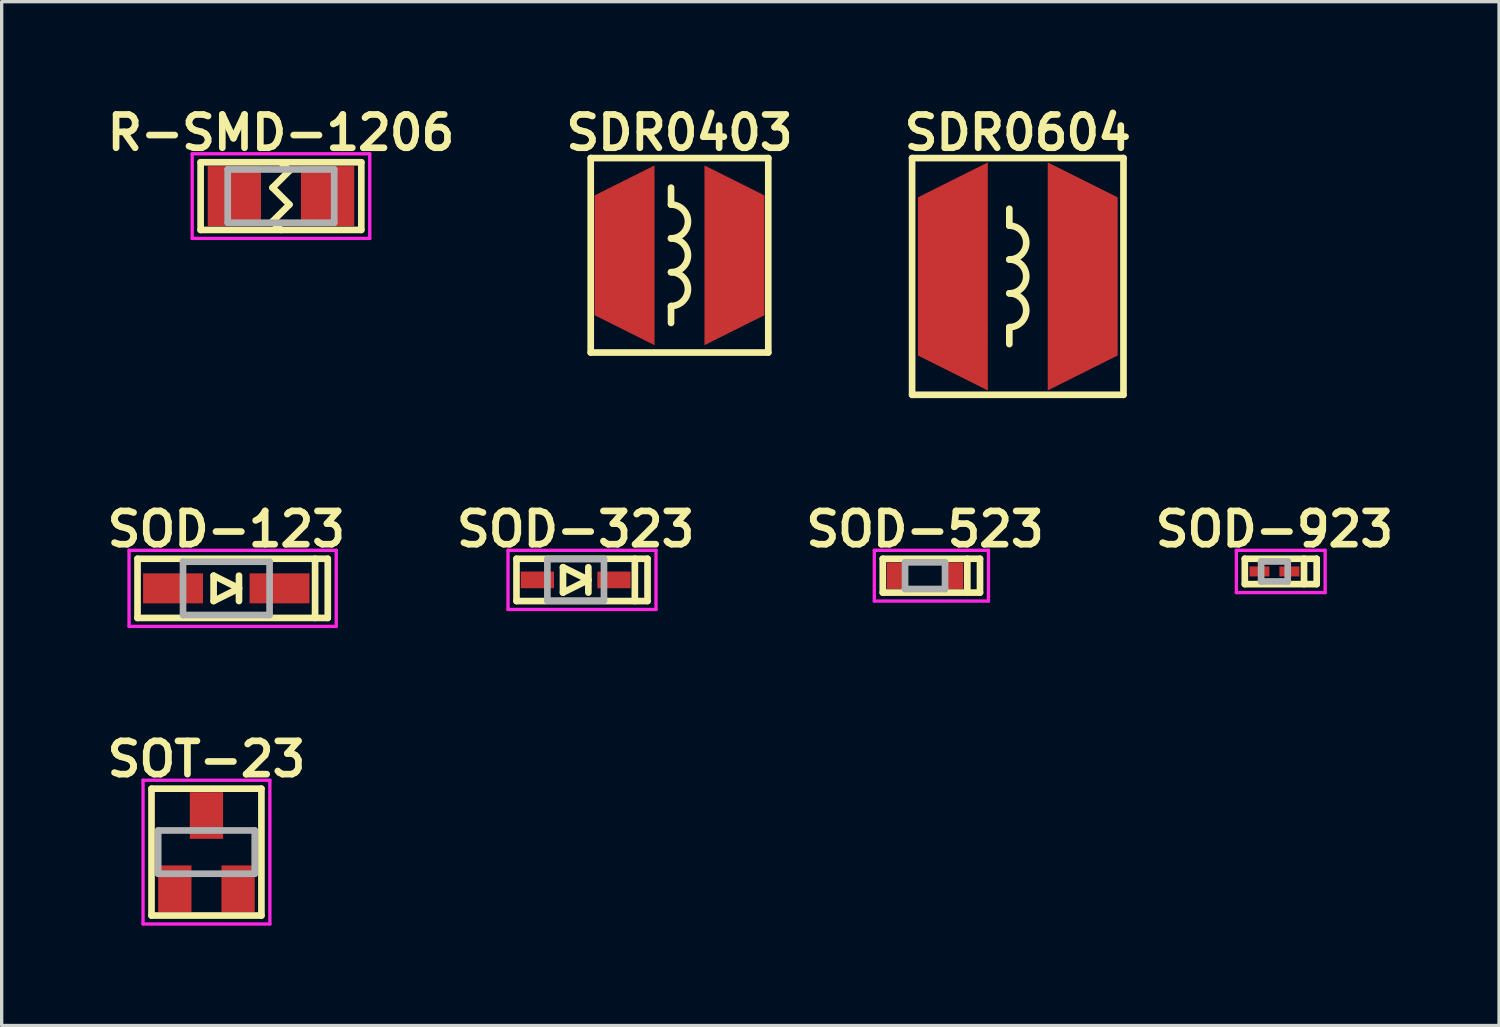
<source format=kicad_pcb>
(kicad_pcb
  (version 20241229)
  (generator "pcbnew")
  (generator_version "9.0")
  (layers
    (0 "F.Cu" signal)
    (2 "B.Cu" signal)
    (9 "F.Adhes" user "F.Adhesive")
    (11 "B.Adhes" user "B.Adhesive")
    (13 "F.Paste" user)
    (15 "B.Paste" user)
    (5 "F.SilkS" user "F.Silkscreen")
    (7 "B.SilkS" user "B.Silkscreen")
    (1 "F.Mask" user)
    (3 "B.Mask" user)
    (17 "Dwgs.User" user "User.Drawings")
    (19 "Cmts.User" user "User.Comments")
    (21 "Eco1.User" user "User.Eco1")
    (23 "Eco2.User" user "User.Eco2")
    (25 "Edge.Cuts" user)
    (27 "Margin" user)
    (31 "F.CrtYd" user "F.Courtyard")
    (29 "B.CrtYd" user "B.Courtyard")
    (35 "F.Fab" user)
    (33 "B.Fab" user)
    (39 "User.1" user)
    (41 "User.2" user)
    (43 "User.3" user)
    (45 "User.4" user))
  (footprint "SDR0403"
    (layer "F.Cu")
    (at 17.362 4.619)
    (property "Reference" "SDR0403" (at 0 -3.683 0) (layer "F.SilkS") (effects (font (size 1 1) (thickness 0.2))))
    (attr through_hole)
    (fp_line (start -2.667 -2.921) (end -2.667 2.921) (stroke (width 0.2) (type solid)) (layer "F.SilkS"))
    (fp_line (start -2.667 -2.921) (end 2.667 -2.921) (stroke (width 0.2) (type solid)) (layer "F.SilkS"))
    (fp_line (start -2.667 2.921) (end 2.667 2.921) (stroke (width 0.2) (type solid)) (layer "F.SilkS"))
    (fp_line (start -0.254 -1.524) (end -0.254 -2.032) (stroke (width 0.2) (type solid)) (layer "F.SilkS"))
    (fp_line (start -0.254 1.524) (end -0.254 2.032) (stroke (width 0.2) (type solid)) (layer "F.SilkS"))
    (fp_line (start 2.667 -2.921) (end 2.667 2.921) (stroke (width 0.2) (type solid)) (layer "F.SilkS"))
    (fp_arc (start -0.254 -1.524) (mid 0.254 -1.016) (end -0.254 -0.508) (stroke (width 0.2) (type solid)) (layer "F.SilkS"))
    (fp_arc (start -0.254 -0.508) (mid 0.254 0) (end -0.254 0.508) (stroke (width 0.2) (type solid)) (layer "F.SilkS"))
    (fp_arc (start -0.254 0.508) (mid 0.254 1.016) (end -0.254 1.524) (stroke (width 0.2) (type solid)) (layer "F.SilkS"))
    (pad "1" smd trapezoid (at -1.65 0) (size 1.8 4.5) (rect_delta -0.9 0) (layers "F.Cu" "F.Mask" "F.Paste"))
    (pad "2" smd trapezoid (at 1.65 0) (size 1.8 4.5) (rect_delta 0.9 0) (layers "F.Cu" "F.Mask" "F.Paste")))
  (footprint "SOD-523"
    (layer "F.Cu")
    (at 24.738 14.243)
    (property "Reference" "SOD-523" (at 0 -1.397 0) (layer "F.SilkS") (effects (font (size 1 1) (thickness 0.2))))
    (attr through_hole)
    (fp_line (start -1.27 -0.508) (end -1.27 0.508) (stroke (width 0.2) (type solid)) (layer "F.SilkS"))
    (fp_line (start -1.27 -0.508) (end 1.651 -0.508) (stroke (width 0.2) (type solid)) (layer "F.SilkS"))
    (fp_line (start -1.27 0.508) (end 1.651 0.508) (stroke (width 0.2) (type solid)) (layer "F.SilkS"))
    (fp_line (start 1.27 -0.508) (end 1.27 0.508) (stroke (width 0.2) (type solid)) (layer "F.SilkS"))
    (fp_line (start 1.651 -0.508) (end 1.651 0.508) (stroke (width 0.2) (type solid)) (layer "F.SilkS"))
    (fp_line (start -1.524 -0.762) (end -1.524 0.762) (stroke (width 0.1) (type solid)) (layer "F.CrtYd"))
    (fp_line (start -1.524 -0.762) (end 1.905 -0.762) (stroke (width 0.1) (type solid)) (layer "F.CrtYd"))
    (fp_line (start -1.524 0.762) (end 1.905 0.762) (stroke (width 0.1) (type solid)) (layer "F.CrtYd"))
    (fp_line (start 1.905 -0.762) (end 1.905 0.762) (stroke (width 0.1) (type solid)) (layer "F.CrtYd"))
    (fp_line (start -0.6 -0.4) (end -0.6 0.4) (stroke (width 0.2) (type solid)) (layer "F.Fab"))
    (fp_line (start -0.6 -0.4) (end 0.6 -0.4) (stroke (width 0.2) (type solid)) (layer "F.Fab"))
    (fp_line (start -0.6 0.4) (end 0.6 0.4) (stroke (width 0.2) (type solid)) (layer "F.Fab"))
    (fp_line (start 0.6 -0.4) (end 0.6 0.4) (stroke (width 0.2) (type solid)) (layer "F.Fab"))
    (pad "A" smd rect (at -0.85 0) (size 0.6 0.8) (layers "F.Cu" "F.Mask" "F.Paste"))
    (pad "C" smd rect (at 0.85 0) (size 0.6 0.8) (layers "F.Cu" "F.Mask" "F.Paste")))
  (footprint "SDR0604"
    (layer "F.Cu")
    (at 27.524 5.254)
    (property "Reference" "SDR0604" (at 0 -4.318 0) (layer "F.SilkS") (effects (font (size 1 1) (thickness 0.2))))
    (attr through_hole)
    (fp_line (start -3.175 -3.556) (end -3.175 3.556) (stroke (width 0.2) (type solid)) (layer "F.SilkS"))
    (fp_line (start -3.175 -3.556) (end 3.175 -3.556) (stroke (width 0.2) (type solid)) (layer "F.SilkS"))
    (fp_line (start -3.175 3.556) (end 3.175 3.556) (stroke (width 0.2) (type solid)) (layer "F.SilkS"))
    (fp_line (start -0.254 -1.524) (end -0.254 -2.032) (stroke (width 0.2) (type solid)) (layer "F.SilkS"))
    (fp_line (start -0.254 2.032) (end -0.254 1.524) (stroke (width 0.2) (type solid)) (layer "F.SilkS"))
    (fp_line (start 3.175 -3.556) (end 3.175 3.556) (stroke (width 0.2) (type solid)) (layer "F.SilkS"))
    (fp_arc (start -0.254 -1.524) (mid 0.254 -1.016) (end -0.254 -0.508) (stroke (width 0.2) (type solid)) (layer "F.SilkS"))
    (fp_arc (start -0.254 -0.508) (mid 0.254 0) (end -0.254 0.508) (stroke (width 0.2) (type solid)) (layer "F.SilkS"))
    (fp_arc (start -0.254 0.508) (mid 0.254 1.016) (end -0.254 1.524) (stroke (width 0.2) (type solid)) (layer "F.SilkS"))
    (pad "1" smd trapezoid (at -1.95 0) (size 2.1 5.8) (rect_delta -1.05 0) (layers "F.Cu" "F.Mask" "F.Paste"))
    (pad "2" smd trapezoid (at 1.95 0) (size 2.1 5.8) (rect_delta 1.05 0) (layers "F.Cu" "F.Mask" "F.Paste")))
  (footprint "SOD-123"
    (layer "F.Cu")
    (at 3.748 14.624)
    (property "Reference" "SOD-123" (at 0 -1.778 0) (layer "F.SilkS") (effects (font (size 1 1) (thickness 0.2))))
    (attr through_hole)
    (fp_line (start -2.667 -0.889) (end 3.048 -0.889) (stroke (width 0.2) (type solid)) (layer "F.SilkS"))
    (fp_line (start -2.667 0.889) (end -2.667 -0.889) (stroke (width 0.2) (type solid)) (layer "F.SilkS"))
    (fp_line (start -2.667 0.889) (end 3.048 0.889) (stroke (width 0.2) (type solid)) (layer "F.SilkS"))
    (fp_line (start -0.381 -0.381) (end -0.381 0.381) (stroke (width 0.2) (type solid)) (layer "F.SilkS"))
    (fp_line (start -0.381 0.381) (end 0.381 0) (stroke (width 0.2) (type solid)) (layer "F.SilkS"))
    (fp_line (start 0.381 -0.381) (end 0.381 0.381) (stroke (width 0.2) (type solid)) (layer "F.SilkS"))
    (fp_line (start 0.381 0) (end -0.381 -0.381) (stroke (width 0.2) (type solid)) (layer "F.SilkS"))
    (fp_line (start 2.667 -0.889) (end 2.667 0.889) (stroke (width 0.2) (type solid)) (layer "F.SilkS"))
    (fp_line (start 3.048 -0.889) (end 3.048 0.889) (stroke (width 0.2) (type solid)) (layer "F.SilkS"))
    (fp_line (start -2.921 -1.143) (end -2.921 1.143) (stroke (width 0.1) (type solid)) (layer "F.CrtYd"))
    (fp_line (start -2.921 -1.143) (end 3.302 -1.143) (stroke (width 0.1) (type solid)) (layer "F.CrtYd"))
    (fp_line (start -2.921 1.143) (end 3.302 1.143) (stroke (width 0.1) (type solid)) (layer "F.CrtYd"))
    (fp_line (start 3.302 -1.143) (end 3.302 1.143) (stroke (width 0.1) (type solid)) (layer "F.CrtYd"))
    (fp_line (start -1.3 -0.8) (end -1.3 0.8) (stroke (width 0.2) (type solid)) (layer "F.Fab"))
    (fp_line (start -1.3 -0.8) (end 1.3 -0.8) (stroke (width 0.2) (type solid)) (layer "F.Fab"))
    (fp_line (start -1.3 0.8) (end 1.3 0.8) (stroke (width 0.2) (type solid)) (layer "F.Fab"))
    (fp_line (start 1.3 -0.8) (end 1.3 0.8) (stroke (width 0.2) (type solid)) (layer "F.Fab"))
    (pad "A" smd rect (at -1.6 0) (size 1.8 0.9) (layers "F.Cu" "F.Mask" "F.Paste"))
    (pad "C" smd rect (at 1.6 0) (size 1.8 0.9) (layers "F.Cu" "F.Mask" "F.Paste")))
  (footprint "SOT-23"
    (layer "F.Cu")
    (at 3.152 22.547)
    (property "Reference" "SOT-23" (at 0 -2.794 0) (layer "F.SilkS") (effects (font (size 1 1) (thickness 0.2))))
    (attr through_hole)
    (fp_line (start -1.651 1.905) (end -1.651 -1.905) (stroke (width 0.2) (type solid)) (layer "F.SilkS"))
    (fp_line (start -1.651 1.905) (end 1.651 1.905) (stroke (width 0.2) (type solid)) (layer "F.SilkS"))
    (fp_line (start 1.651 -1.905) (end -1.651 -1.905) (stroke (width 0.2) (type solid)) (layer "F.SilkS"))
    (fp_line (start 1.651 -1.905) (end 1.651 1.905) (stroke (width 0.2) (type solid)) (layer "F.SilkS"))
    (fp_line (start -1.905 -2.159) (end 1.905 -2.159) (stroke (width 0.1) (type solid)) (layer "F.CrtYd"))
    (fp_line (start -1.905 2.159) (end -1.905 -2.159) (stroke (width 0.1) (type solid)) (layer "F.CrtYd"))
    (fp_line (start 1.905 -2.159) (end 1.905 2.159) (stroke (width 0.1) (type solid)) (layer "F.CrtYd"))
    (fp_line (start 1.905 2.159) (end -1.905 2.159) (stroke (width 0.1) (type solid)) (layer "F.CrtYd"))
    (fp_line (start -1.45 -0.65) (end -1.45 0.65) (stroke (width 0.2) (type solid)) (layer "F.Fab"))
    (fp_line (start -1.45 -0.65) (end 1.45 -0.65) (stroke (width 0.2) (type solid)) (layer "F.Fab"))
    (fp_line (start -1.45 0.65) (end 1.45 0.65) (stroke (width 0.2) (type solid)) (layer "F.Fab"))
    (fp_line (start 1.45 -0.65) (end 1.45 0.65) (stroke (width 0.2) (type solid)) (layer "F.Fab"))
    (pad "B" smd rect (at -0.95 1.1) (size 1 1.4) (layers "F.Cu" "F.Mask" "F.Paste"))
    (pad "C" smd rect (at 0 -1.1) (size 1 1.4) (layers "F.Cu" "F.Mask" "F.Paste"))
    (pad "E" smd rect (at 0.95 1.1) (size 1 1.4) (layers "F.Cu" "F.Mask" "F.Paste")))
  (footprint "R-SMD-1206"
    (layer "F.Cu")
    (at 5.39 2.841)
    (property "Reference" "R-SMD-1206" (at 0 -1.905 0) (layer "F.SilkS") (effects (font (size 1 1) (thickness 0.2))))
    (attr through_hole)
    (fp_line (start -2.413 -1.016) (end -2.413 1.016) (stroke (width 0.2) (type solid)) (layer "F.SilkS"))
    (fp_line (start -2.413 -1.016) (end 2.413 -1.016) (stroke (width 0.2) (type solid)) (layer "F.SilkS"))
    (fp_line (start -2.413 1.016) (end 2.413 1.016) (stroke (width 0.2) (type solid)) (layer "F.SilkS"))
    (fp_line (start -0.254 -0.254) (end 0.254 -0.762) (stroke (width 0.2) (type solid)) (layer "F.SilkS"))
    (fp_line (start -0.254 -0.254) (end 0.254 0.254) (stroke (width 0.2) (type solid)) (layer "F.SilkS"))
    (fp_line (start -0.254 0.762) (end 0 1.016) (stroke (width 0.2) (type solid)) (layer "F.SilkS"))
    (fp_line (start 0.254 -0.762) (end 0 -1.016) (stroke (width 0.2) (type solid)) (layer "F.SilkS"))
    (fp_line (start 0.254 0.254) (end -0.254 0.762) (stroke (width 0.2) (type solid)) (layer "F.SilkS"))
    (fp_line (start 2.413 -1.016) (end 2.413 1.016) (stroke (width 0.2) (type solid)) (layer "F.SilkS"))
    (fp_line (start -2.667 -1.27) (end 2.667 -1.27) (stroke (width 0.1) (type solid)) (layer "F.CrtYd"))
    (fp_line (start -2.667 1.27) (end -2.667 -1.27) (stroke (width 0.1) (type solid)) (layer "F.CrtYd"))
    (fp_line (start 2.667 -1.27) (end 2.667 1.27) (stroke (width 0.1) (type solid)) (layer "F.CrtYd"))
    (fp_line (start 2.667 1.27) (end -2.667 1.27) (stroke (width 0.1) (type solid)) (layer "F.CrtYd"))
    (fp_line (start -1.6 -0.8) (end -1.6 0.8) (stroke (width 0.2) (type solid)) (layer "F.Fab"))
    (fp_line (start -1.6 -0.8) (end 1.6 -0.8) (stroke (width 0.2) (type solid)) (layer "F.Fab"))
    (fp_line (start -1.6 0.8) (end 1.6 0.8) (stroke (width 0.2) (type solid)) (layer "F.Fab"))
    (fp_line (start 1.6 -0.8) (end 1.6 0.8) (stroke (width 0.2) (type solid)) (layer "F.Fab"))
    (pad "1" smd rect (at -1.4 0) (size 1.6 1.8) (layers "F.Cu" "F.Mask" "F.Paste"))
    (pad "2" smd rect (at 1.4 0) (size 1.6 1.8) (layers "F.Cu" "F.Mask" "F.Paste")))
  (footprint "SOD-923"
    (layer "F.Cu")
    (at 35.233 14.116)
    (property "Reference" "SOD-923" (at 0 -1.27 0) (layer "F.SilkS") (effects (font (size 1 1) (thickness 0.2))))
    (attr through_hole)
    (fp_line (start -0.889 -0.381) (end 1.27 -0.381) (stroke (width 0.2) (type solid)) (layer "F.SilkS"))
    (fp_line (start -0.889 0.381) (end -0.889 -0.381) (stroke (width 0.2) (type solid)) (layer "F.SilkS"))
    (fp_line (start -0.889 0.381) (end 1.27 0.381) (stroke (width 0.2) (type solid)) (layer "F.SilkS"))
    (fp_line (start 0.889 -0.381) (end 0.889 0.381) (stroke (width 0.2) (type solid)) (layer "F.SilkS"))
    (fp_line (start 1.27 -0.381) (end 1.27 0.381) (stroke (width 0.2) (type solid)) (layer "F.SilkS"))
    (fp_line (start -1.143 -0.635) (end -1.143 0.635) (stroke (width 0.1) (type solid)) (layer "F.CrtYd"))
    (fp_line (start -1.143 -0.635) (end 1.524 -0.635) (stroke (width 0.1) (type solid)) (layer "F.CrtYd"))
    (fp_line (start -1.143 0.635) (end 1.524 0.635) (stroke (width 0.1) (type solid)) (layer "F.CrtYd"))
    (fp_line (start 1.524 -0.635) (end 1.524 0.635) (stroke (width 0.1) (type solid)) (layer "F.CrtYd"))
    (fp_line (start -0.4 -0.3) (end -0.4 0.3) (stroke (width 0.2) (type solid)) (layer "F.Fab"))
    (fp_line (start -0.4 -0.3) (end 0.4 -0.3) (stroke (width 0.2) (type solid)) (layer "F.Fab"))
    (fp_line (start -0.4 0.3) (end 0.4 0.3) (stroke (width 0.2) (type solid)) (layer "F.Fab"))
    (fp_line (start 0.4 -0.3) (end 0.4 0.3) (stroke (width 0.2) (type solid)) (layer "F.Fab"))
    (pad "A" smd rect (at -0.45 0) (size 0.6 0.3) (layers "F.Cu" "F.Mask" "F.Paste"))
    (pad "C" smd rect (at 0.45 0) (size 0.6 0.3) (layers "F.Cu" "F.Mask" "F.Paste")))
  (footprint "SOD-323"
    (layer "F.Cu")
    (at 14.243 14.37)
    (property "Reference" "SOD-323" (at 0 -1.524 0) (layer "F.SilkS") (effects (font (size 1 1) (thickness 0.2))))
    (attr through_hole)
    (fp_line (start -1.778 -0.635) (end -1.778 0.635) (stroke (width 0.2) (type solid)) (layer "F.SilkS"))
    (fp_line (start -1.778 -0.635) (end 2.159 -0.635) (stroke (width 0.2) (type solid)) (layer "F.SilkS"))
    (fp_line (start -1.778 0.635) (end 2.159 0.635) (stroke (width 0.2) (type solid)) (layer "F.SilkS"))
    (fp_line (start -0.381 -0.381) (end -0.381 0.381) (stroke (width 0.2) (type solid)) (layer "F.SilkS"))
    (fp_line (start -0.381 0.381) (end 0.381 0) (stroke (width 0.2) (type solid)) (layer "F.SilkS"))
    (fp_line (start 0.381 -0.381) (end 0.381 0.381) (stroke (width 0.2) (type solid)) (layer "F.SilkS"))
    (fp_line (start 0.381 0) (end -0.381 -0.381) (stroke (width 0.2) (type solid)) (layer "F.SilkS"))
    (fp_line (start 1.778 -0.635) (end 1.778 0.635) (stroke (width 0.2) (type solid)) (layer "F.SilkS"))
    (fp_line (start 2.159 -0.635) (end 2.159 0.635) (stroke (width 0.2) (type solid)) (layer "F.SilkS"))
    (fp_line (start -2.032 -0.889) (end -2.032 0.889) (stroke (width 0.1) (type solid)) (layer "F.CrtYd"))
    (fp_line (start -2.032 -0.889) (end 2.413 -0.889) (stroke (width 0.1) (type solid)) (layer "F.CrtYd"))
    (fp_line (start -2.032 0.889) (end 2.413 0.889) (stroke (width 0.1) (type solid)) (layer "F.CrtYd"))
    (fp_line (start 2.413 -0.889) (end 2.413 0.889) (stroke (width 0.1) (type solid)) (layer "F.CrtYd"))
    (fp_line (start -0.85 -0.625) (end -0.85 0.625) (stroke (width 0.2) (type solid)) (layer "F.Fab"))
    (fp_line (start -0.85 -0.625) (end 0.85 -0.625) (stroke (width 0.2) (type solid)) (layer "F.Fab"))
    (fp_line (start -0.85 0.625) (end 0.85 0.625) (stroke (width 0.2) (type solid)) (layer "F.Fab"))
    (fp_line (start 0.85 -0.625) (end 0.85 0.625) (stroke (width 0.2) (type solid)) (layer "F.Fab"))
    (pad "A" smd rect (at -1.15 0) (size 1 0.5) (layers "F.Cu" "F.Mask" "F.Paste"))
    (pad "C" smd rect (at 1.15 0) (size 1 0.5) (layers "F.Cu" "F.Mask" "F.Paste")))
  (gr_rect
    (start -3 -3)
    (end 41.981 27.756)
    (stroke (width 0.1) (type default))
    (fill no)
    (layer "Edge.Cuts")))
</source>
